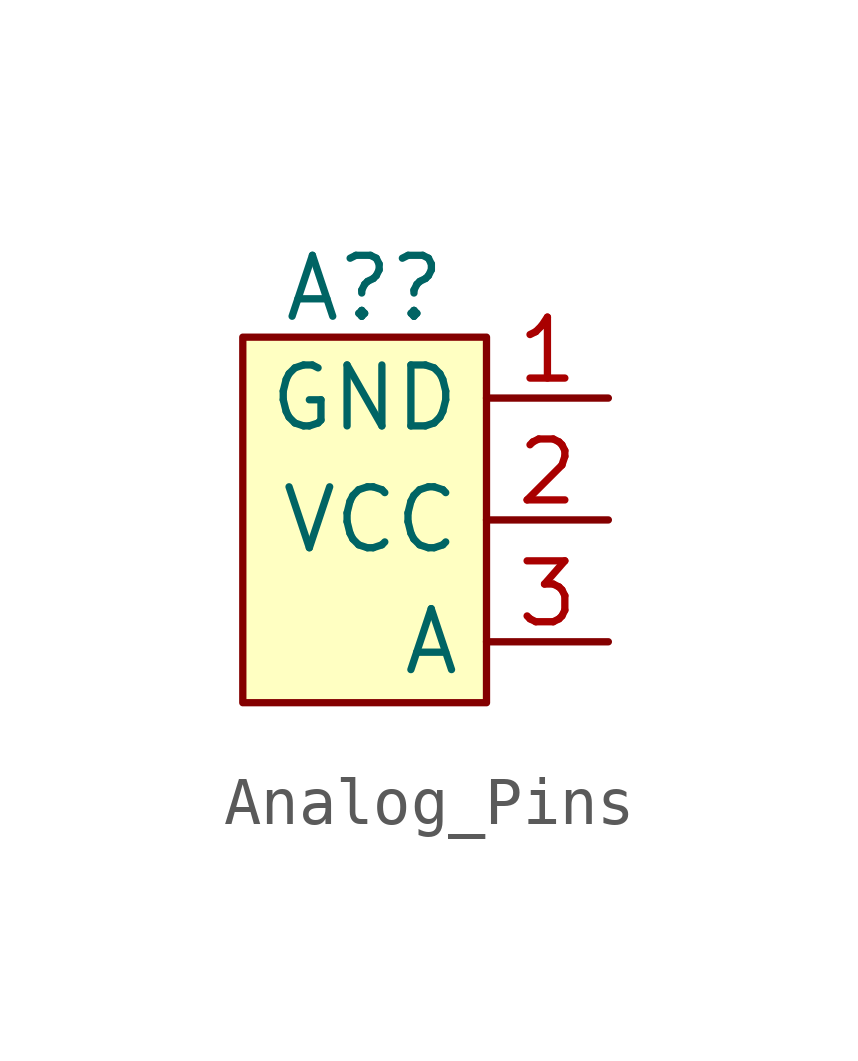
<source format=kicad_sym>
(kicad_symbol_lib
  (version 20231120)
  (generator "kicad_symbol_editor")
  (generator_version "8.0")
  (symbol "Analog_Pins"
    (property "Reference" "A?"
      (at 2.54 8.636 0)
      (effects (font (size 1.27 1.27))))
    (property "Value" ""
      (at 0 0 0)
      (effects (font (size 1.27 1.27))))
    (symbol "Analog_Pins_1_1"
      (rectangle (start 0 7.62) (end 5.08 0) (stroke (width 0) (type default)) (fill (type background)))
      (pin power_in line (at 7.62 6.35 180) (length 2.54) (name "GND" (effects (font (size 1.27 1.27)))) (number "1" (effects (font (size 1.27 1.27)))))
      (pin power_in line (at 7.62 3.81 180) (length 2.54) (name "VCC" (effects (font (size 1.27 1.27)))) (number "2" (effects (font (size 1.27 1.27)))))
      (pin output line (at 7.62 1.27 180) (length 2.54) (name "A" (effects (font (size 1.27 1.27)))) (number "3" (effects (font (size 1.27 1.27))))))))
</source>
